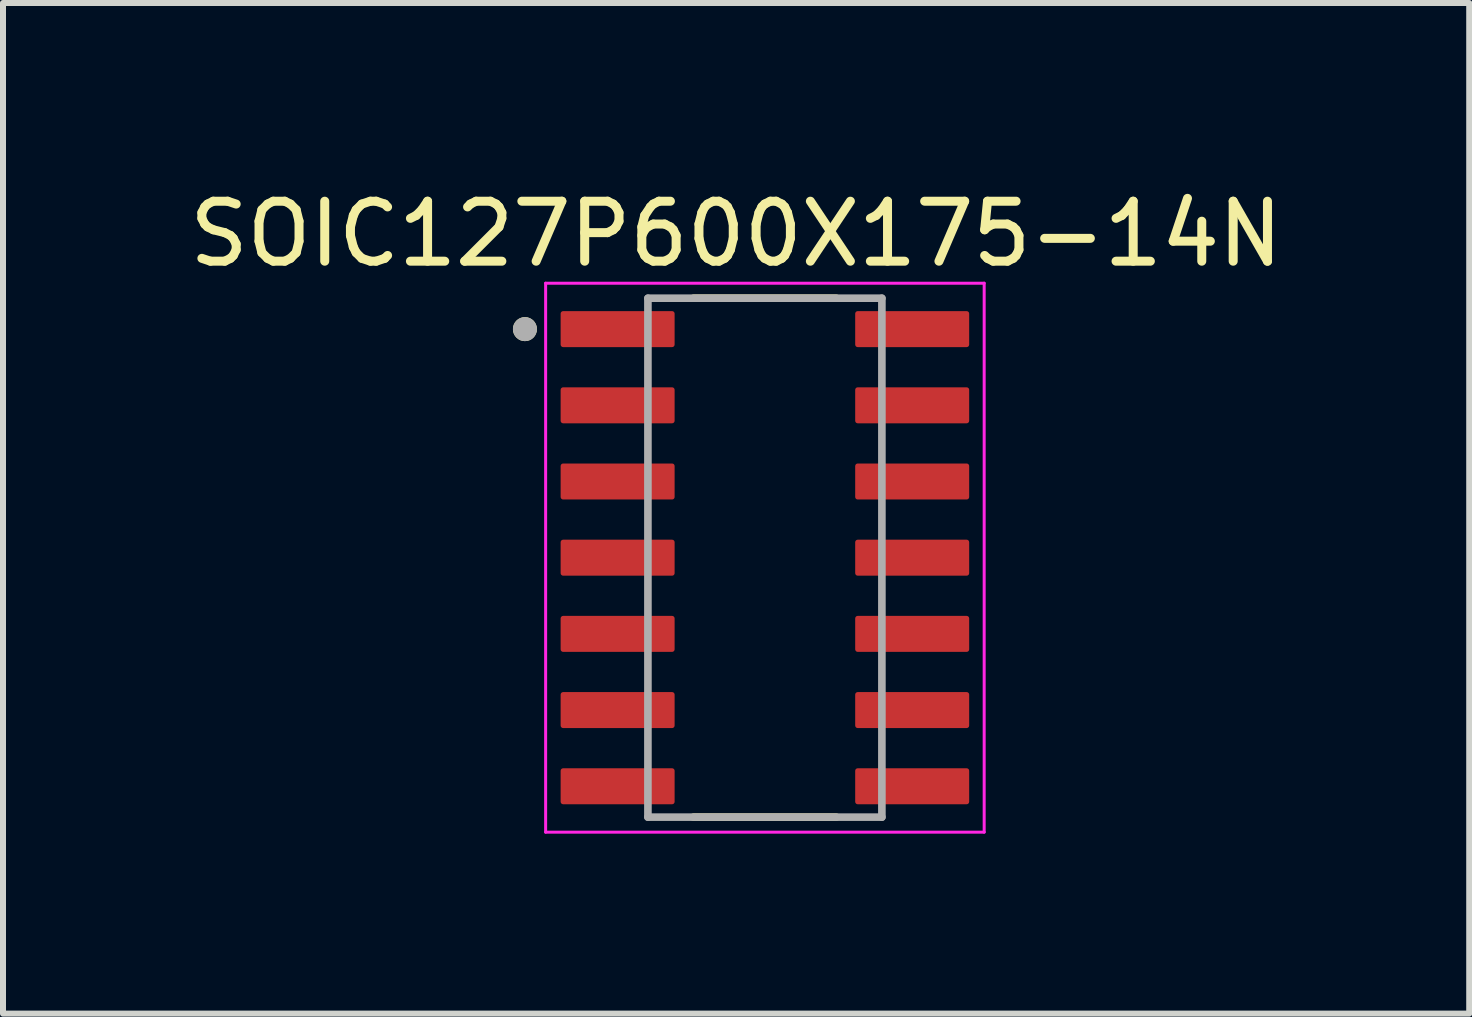
<source format=kicad_pcb>
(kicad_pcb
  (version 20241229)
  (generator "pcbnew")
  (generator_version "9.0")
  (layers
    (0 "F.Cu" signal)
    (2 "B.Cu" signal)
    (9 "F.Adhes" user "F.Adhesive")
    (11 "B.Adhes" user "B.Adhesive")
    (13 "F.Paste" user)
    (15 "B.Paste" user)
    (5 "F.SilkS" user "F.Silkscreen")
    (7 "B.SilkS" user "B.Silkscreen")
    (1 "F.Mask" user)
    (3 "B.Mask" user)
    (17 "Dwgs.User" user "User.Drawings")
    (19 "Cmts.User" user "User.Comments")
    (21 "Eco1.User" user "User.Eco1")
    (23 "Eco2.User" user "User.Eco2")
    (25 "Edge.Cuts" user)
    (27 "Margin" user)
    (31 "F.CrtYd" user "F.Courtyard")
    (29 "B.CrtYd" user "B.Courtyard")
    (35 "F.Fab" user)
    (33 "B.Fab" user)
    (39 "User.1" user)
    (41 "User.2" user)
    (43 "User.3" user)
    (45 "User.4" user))
  (footprint "SOIC127P600X175-14N"
    (layer "F.Cu")
    (at 9.7 6.246)
    (property "Reference" "SOIC127P600X175-14N" (at -0.48 -5.397 0) (layer "F.SilkS") (effects (font (size 1 1) (thickness 0.15))))
    (attr smd)
    (fp_line (start -1.19 -4.325) (end 1.19 -4.325) (stroke (width 0.127) (type solid)) (layer "F.SilkS"))
    (fp_line (start -1.19 4.325) (end 1.19 4.325) (stroke (width 0.127) (type solid)) (layer "F.SilkS"))
    (fp_circle (center -4 -3.81) (end -3.9 -3.81) (stroke (width 0.2) (type solid)) (fill no) (layer "F.SilkS"))
    (fp_line (start -3.655 -4.575) (end -3.655 4.575) (stroke (width 0.05) (type solid)) (layer "F.CrtYd"))
    (fp_line (start -3.655 -4.575) (end 3.655 -4.575) (stroke (width 0.05) (type solid)) (layer "F.CrtYd"))
    (fp_line (start -3.655 4.575) (end 3.655 4.575) (stroke (width 0.05) (type solid)) (layer "F.CrtYd"))
    (fp_line (start 3.655 -4.575) (end 3.655 4.575) (stroke (width 0.05) (type solid)) (layer "F.CrtYd"))
    (fp_line (start -1.95 -4.325) (end -1.95 4.325) (stroke (width 0.127) (type solid)) (layer "F.Fab"))
    (fp_line (start -1.95 -4.325) (end 1.95 -4.325) (stroke (width 0.127) (type solid)) (layer "F.Fab"))
    (fp_line (start -1.95 4.325) (end 1.95 4.325) (stroke (width 0.127) (type solid)) (layer "F.Fab"))
    (fp_line (start 1.95 -4.325) (end 1.95 4.325) (stroke (width 0.127) (type solid)) (layer "F.Fab"))
    (fp_circle (center -4 -3.81) (end -3.9 -3.81) (stroke (width 0.2) (type solid)) (fill no) (layer "F.Fab"))
    (pad "1" smd roundrect (at -2.455 -3.81) (size 1.9 0.6) (layers "F.Cu" "F.Mask" "F.Paste") (roundrect_rratio 0.07))
    (pad "2" smd roundrect (at -2.455 -2.54) (size 1.9 0.6) (layers "F.Cu" "F.Mask" "F.Paste") (roundrect_rratio 0.07))
    (pad "3" smd roundrect (at -2.455 -1.27) (size 1.9 0.6) (layers "F.Cu" "F.Mask" "F.Paste") (roundrect_rratio 0.07))
    (pad "4" smd roundrect (at -2.455 0) (size 1.9 0.6) (layers "F.Cu" "F.Mask" "F.Paste") (roundrect_rratio 0.07))
    (pad "5" smd roundrect (at -2.455 1.27) (size 1.9 0.6) (layers "F.Cu" "F.Mask" "F.Paste") (roundrect_rratio 0.07))
    (pad "6" smd roundrect (at -2.455 2.54) (size 1.9 0.6) (layers "F.Cu" "F.Mask" "F.Paste") (roundrect_rratio 0.07))
    (pad "7" smd roundrect (at -2.455 3.81) (size 1.9 0.6) (layers "F.Cu" "F.Mask" "F.Paste") (roundrect_rratio 0.07))
    (pad "8" smd roundrect (at 2.455 3.81) (size 1.9 0.6) (layers "F.Cu" "F.Mask" "F.Paste") (roundrect_rratio 0.07))
    (pad "9" smd roundrect (at 2.455 2.54) (size 1.9 0.6) (layers "F.Cu" "F.Mask" "F.Paste") (roundrect_rratio 0.07))
    (pad "10" smd roundrect (at 2.455 1.27) (size 1.9 0.6) (layers "F.Cu" "F.Mask" "F.Paste") (roundrect_rratio 0.07))
    (pad "11" smd roundrect (at 2.455 0) (size 1.9 0.6) (layers "F.Cu" "F.Mask" "F.Paste") (roundrect_rratio 0.07))
    (pad "12" smd roundrect (at 2.455 -1.27) (size 1.9 0.6) (layers "F.Cu" "F.Mask" "F.Paste") (roundrect_rratio 0.07))
    (pad "13" smd roundrect (at 2.455 -2.54) (size 1.9 0.6) (layers "F.Cu" "F.Mask" "F.Paste") (roundrect_rratio 0.07))
    (pad "14" smd roundrect (at 2.455 -3.81) (size 1.9 0.6) (layers "F.Cu" "F.Mask" "F.Paste") (roundrect_rratio 0.07)))
  (gr_rect
    (start -3 -3)
    (end 21.44 13.846)
    (stroke (width 0.1) (type default))
    (fill no)
    (layer "Edge.Cuts")))
</source>
